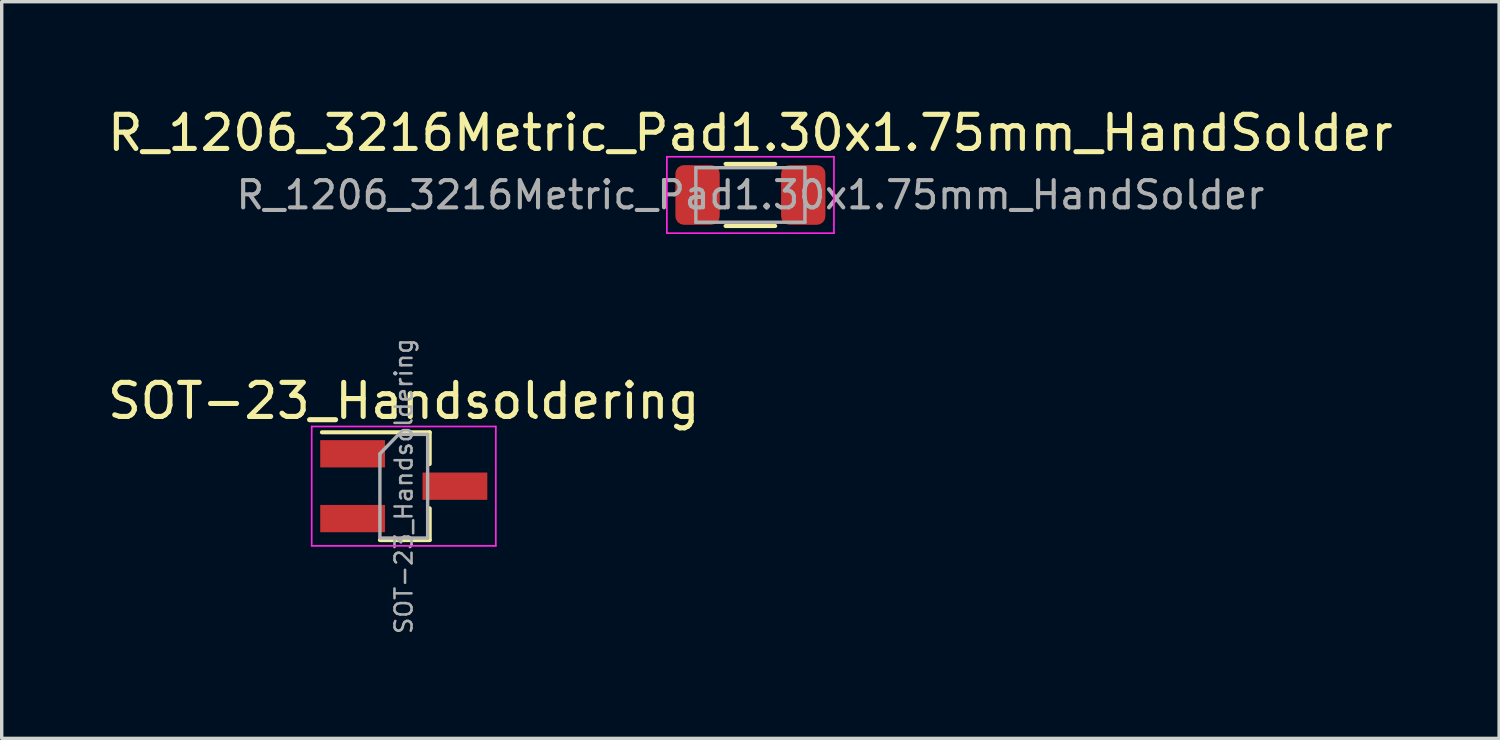
<source format=kicad_pcb>
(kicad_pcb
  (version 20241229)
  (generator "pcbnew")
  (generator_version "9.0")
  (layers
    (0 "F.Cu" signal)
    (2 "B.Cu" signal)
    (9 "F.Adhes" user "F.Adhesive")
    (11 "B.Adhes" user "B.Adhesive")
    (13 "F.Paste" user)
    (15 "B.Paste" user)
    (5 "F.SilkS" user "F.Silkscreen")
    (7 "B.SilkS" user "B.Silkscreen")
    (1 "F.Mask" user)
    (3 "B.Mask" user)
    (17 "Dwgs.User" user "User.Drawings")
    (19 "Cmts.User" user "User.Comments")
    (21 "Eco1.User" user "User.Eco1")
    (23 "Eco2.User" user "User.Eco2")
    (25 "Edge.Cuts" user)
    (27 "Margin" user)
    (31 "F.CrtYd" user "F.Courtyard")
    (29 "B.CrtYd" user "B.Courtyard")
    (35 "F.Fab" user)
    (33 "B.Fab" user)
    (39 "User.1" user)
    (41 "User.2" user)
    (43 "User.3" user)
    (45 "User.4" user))
  (footprint "SOT-23_Handsoldering"
    (layer "F.Cu")
    (at 8.792 11.209)
    (property "Reference" "SOT-23_Handsoldering" (at 0 -2.5 0) (layer "F.SilkS") (effects (font (size 1 1) (thickness 0.15))))
    (attr smd)
    (fp_line (start 0.76 -1.58) (end -2.4 -1.58) (stroke (width 0.12) (type solid)) (layer "F.SilkS"))
    (fp_line (start 0.76 -1.58) (end 0.76 -0.65) (stroke (width 0.12) (type solid)) (layer "F.SilkS"))
    (fp_line (start 0.76 1.58) (end -0.7 1.58) (stroke (width 0.12) (type solid)) (layer "F.SilkS"))
    (fp_line (start 0.76 1.58) (end 0.76 0.65) (stroke (width 0.12) (type solid)) (layer "F.SilkS"))
    (fp_line (start -2.7 -1.75) (end 2.7 -1.75) (stroke (width 0.05) (type solid)) (layer "F.CrtYd"))
    (fp_line (start -2.7 1.75) (end -2.7 -1.75) (stroke (width 0.05) (type solid)) (layer "F.CrtYd"))
    (fp_line (start 2.7 -1.75) (end 2.7 1.75) (stroke (width 0.05) (type solid)) (layer "F.CrtYd"))
    (fp_line (start 2.7 1.75) (end -2.7 1.75) (stroke (width 0.05) (type solid)) (layer "F.CrtYd"))
    (fp_line (start -0.7 -0.95) (end -0.7 1.5) (stroke (width 0.1) (type solid)) (layer "F.Fab"))
    (fp_line (start -0.7 -0.95) (end -0.15 -1.52) (stroke (width 0.1) (type solid)) (layer "F.Fab"))
    (fp_line (start -0.7 1.52) (end 0.7 1.52) (stroke (width 0.1) (type solid)) (layer "F.Fab"))
    (fp_line (start -0.15 -1.52) (end 0.7 -1.52) (stroke (width 0.1) (type solid)) (layer "F.Fab"))
    (fp_line (start 0.7 -1.52) (end 0.7 1.52) (stroke (width 0.1) (type solid)) (layer "F.Fab"))
    (fp_text user "${REFERENCE}" (at 0 0 90) (layer "F.Fab") (effects (font (size 0.5 0.5) (thickness 0.075))))
    (pad "1" smd rect (at -1.5 -0.95) (size 1.9 0.8) (layers "F.Cu" "F.Mask" "F.Paste"))
    (pad "2" smd rect (at -1.5 0.95) (size 1.9 0.8) (layers "F.Cu" "F.Mask" "F.Paste"))
    (pad "3" smd rect (at 1.5 0) (size 1.9 0.8) (layers "F.Cu" "F.Mask" "F.Paste")))
  (footprint "R_1206_3216Metric_Pad1.30x1.75mm_HandSolder"
    (layer "F.Cu")
    (at 18.958 2.668)
    (property "Reference" "R_1206_3216Metric_Pad1.30x1.75mm_HandSolder" (at 0 -1.82 180) (layer "F.SilkS") (effects (font (size 1 1) (thickness 0.15))))
    (attr smd)
    (fp_line (start -0.727 -0.91) (end 0.727 -0.91) (stroke (width 0.12) (type solid)) (layer "F.SilkS"))
    (fp_line (start -0.727 0.91) (end 0.727 0.91) (stroke (width 0.12) (type solid)) (layer "F.SilkS"))
    (fp_line (start -2.45 -1.12) (end 2.45 -1.12) (stroke (width 0.05) (type solid)) (layer "F.CrtYd"))
    (fp_line (start -2.45 1.12) (end -2.45 -1.12) (stroke (width 0.05) (type solid)) (layer "F.CrtYd"))
    (fp_line (start 2.45 -1.12) (end 2.45 1.12) (stroke (width 0.05) (type solid)) (layer "F.CrtYd"))
    (fp_line (start 2.45 1.12) (end -2.45 1.12) (stroke (width 0.05) (type solid)) (layer "F.CrtYd"))
    (fp_line (start -1.6 -0.8) (end 1.6 -0.8) (stroke (width 0.1) (type solid)) (layer "F.Fab"))
    (fp_line (start -1.6 0.8) (end -1.6 -0.8) (stroke (width 0.1) (type solid)) (layer "F.Fab"))
    (fp_line (start 1.6 -0.8) (end 1.6 0.8) (stroke (width 0.1) (type solid)) (layer "F.Fab"))
    (fp_line (start 1.6 0.8) (end -1.6 0.8) (stroke (width 0.1) (type solid)) (layer "F.Fab"))
    (fp_text user "${REFERENCE}" (at 0 0 180) (layer "F.Fab") (effects (font (size 0.8 0.8) (thickness 0.12))))
    (pad "1" smd roundrect (at -1.55 0) (size 1.3 1.75) (layers "F.Cu" "F.Mask" "F.Paste") (roundrect_rratio 0.192))
    (pad "2" smd roundrect (at 1.55 0) (size 1.3 1.75) (layers "F.Cu" "F.Mask" "F.Paste") (roundrect_rratio 0.192)))
  (gr_rect
    (start -3 -3)
    (end 40.917 18.605)
    (stroke (width 0.1) (type default))
    (fill no)
    (layer "Edge.Cuts")))
</source>
